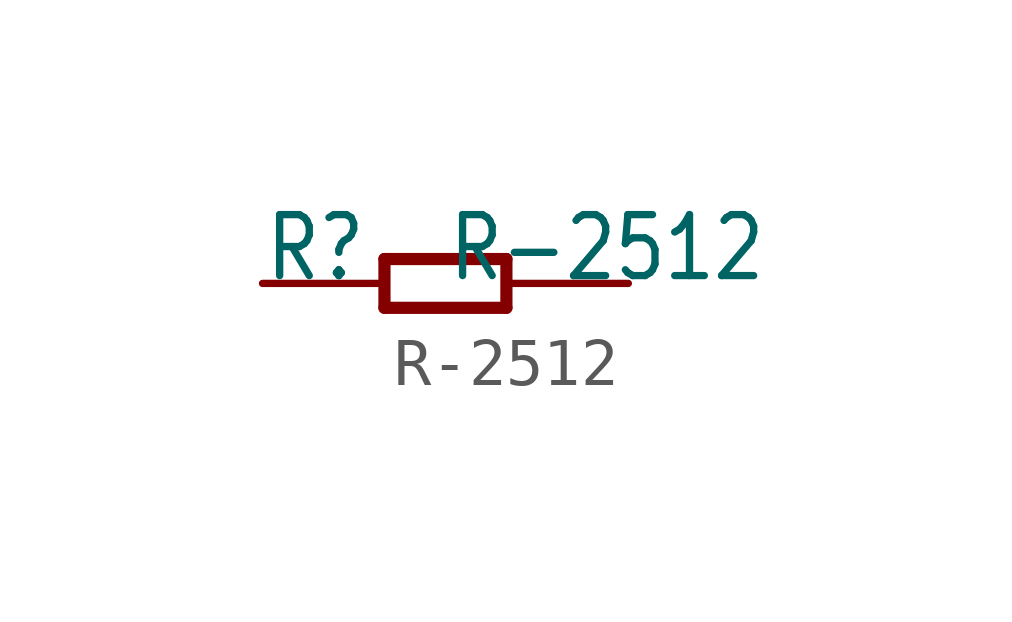
<source format=kicad_sym>
(kicad_symbol_lib
  (version 20211014)
  (generator kicad_symbol_editor)
  (symbol "R-2512"
    (property "Reference" "R"
      (at -3.81 0 0)
      (effects (font (size 1.27 1.079)) (justify left bottom)))
    (property "Value" "R-2512"
      (at 0 0 0)
      (effects (font (size 1.27 1.079)) (justify left bottom)))
    (property "ki_locked" ""
      (at 0 0 0)
      (effects (font (size 1.27 1.27))))
    (symbol "R-2512_1_0"
      (polyline (pts (xy -1.27 -0.508) (xy -1.27 0.508)) (stroke (width 0.254) (type default) (color 0 0 0 0)) (fill (type none)))
      (polyline (pts (xy -1.27 0.508) (xy 1.27 0.508)) (stroke (width 0.254) (type default) (color 0 0 0 0)) (fill (type none)))
      (polyline (pts (xy 1.27 -0.508) (xy -1.27 -0.508)) (stroke (width 0.254) (type default) (color 0 0 0 0)) (fill (type none)))
      (polyline (pts (xy 1.27 0.508) (xy 1.27 -0.508)) (stroke (width 0.254) (type default) (color 0 0 0 0)) (fill (type none)))
      (pin passive line (at -3.81 0 0) (length 2.54) (name "1" (effects (font (size 0 0)))) (number "1" (effects (font (size 0 0)))))
      (pin passive line (at 3.81 0 180) (length 2.54) (name "2" (effects (font (size 0 0)))) (number "2" (effects (font (size 0 0))))))))
</source>
